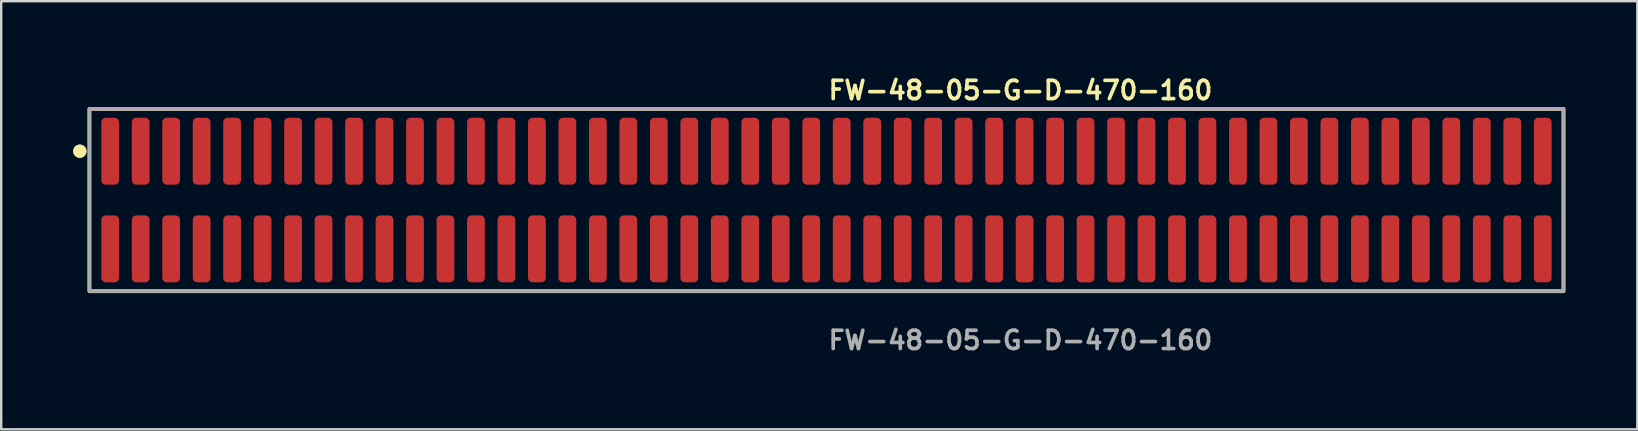
<source format=kicad_pcb>
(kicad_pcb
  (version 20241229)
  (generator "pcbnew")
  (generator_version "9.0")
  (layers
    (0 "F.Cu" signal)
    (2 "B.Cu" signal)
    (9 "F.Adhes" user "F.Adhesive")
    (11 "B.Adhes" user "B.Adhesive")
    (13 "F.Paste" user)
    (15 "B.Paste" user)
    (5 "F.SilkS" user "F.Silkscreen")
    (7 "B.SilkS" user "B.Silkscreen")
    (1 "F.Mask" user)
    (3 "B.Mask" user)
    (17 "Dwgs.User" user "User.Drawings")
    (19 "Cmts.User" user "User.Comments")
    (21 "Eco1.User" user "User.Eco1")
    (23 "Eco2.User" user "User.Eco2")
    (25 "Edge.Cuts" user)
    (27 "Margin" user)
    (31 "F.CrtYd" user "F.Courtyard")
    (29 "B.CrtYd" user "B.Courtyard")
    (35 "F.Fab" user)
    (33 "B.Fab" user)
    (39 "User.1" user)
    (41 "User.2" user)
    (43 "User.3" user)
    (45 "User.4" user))
  (footprint "FW-48-05-G-D-470-160"
    (layer "F.Cu")
    (at 31.386 5.285)
    (property "Reference" "FW-48-05-G-D-470-160" (at 0 -4.572 0) (unlocked yes) (layer "F.SilkS") (effects (font (size 0.762 0.762) (thickness 0.152)) (justify left)))
    (fp_rect (start -30.71 3.8) (end 30.71 -3.8) (stroke (width 0.152) (type solid)) (fill no) (layer "F.SilkS"))
    (fp_circle (center -31.11 -2.035) (end -31.31 -2.035) (stroke (width 0.152) (type solid)) (fill yes) (layer "F.SilkS"))
    (fp_circle (center -31.11 -2.035) (end -31.31 -2.035) (stroke (width 0.152) (type solid)) (fill yes) (layer "F.SilkS"))
    (fp_rect (start -30.71 3.8) (end 30.71 -3.8) (stroke (width 0.006) (type solid)) (fill no) (layer "F.CrtYd"))
    (fp_rect (start -30.71 3.8) (end 30.71 -3.8) (stroke (width 0.152) (type solid)) (fill no) (layer "F.Fab"))
    (fp_text user "${REFERENCE}" (at 0 5.842 0) (unlocked yes) (layer "F.Fab") (effects (font (size 0.762 0.762) (thickness 0.152)) (justify left)))
    (pad "1" smd roundrect (at -29.845 -2.035) (size 0.74 2.79) (layers "F.Cu" "F.Paste") (roundrect_rratio 0.25))
    (pad "2" smd roundrect (at -29.845 2.035) (size 0.74 2.79) (layers "F.Cu" "F.Paste") (roundrect_rratio 0.25))
    (pad "3" smd roundrect (at -28.575 -2.035) (size 0.74 2.79) (layers "F.Cu" "F.Paste") (roundrect_rratio 0.25))
    (pad "4" smd roundrect (at -28.575 2.035) (size 0.74 2.79) (layers "F.Cu" "F.Paste") (roundrect_rratio 0.25))
    (pad "5" smd roundrect (at -27.305 -2.035) (size 0.74 2.79) (layers "F.Cu" "F.Paste") (roundrect_rratio 0.25))
    (pad "6" smd roundrect (at -27.305 2.035) (size 0.74 2.79) (layers "F.Cu" "F.Paste") (roundrect_rratio 0.25))
    (pad "7" smd roundrect (at -26.035 -2.035) (size 0.74 2.79) (layers "F.Cu" "F.Paste") (roundrect_rratio 0.25))
    (pad "8" smd roundrect (at -26.035 2.035) (size 0.74 2.79) (layers "F.Cu" "F.Paste") (roundrect_rratio 0.25))
    (pad "9" smd roundrect (at -24.765 -2.035) (size 0.74 2.79) (layers "F.Cu" "F.Paste") (roundrect_rratio 0.25))
    (pad "10" smd roundrect (at -24.765 2.035) (size 0.74 2.79) (layers "F.Cu" "F.Paste") (roundrect_rratio 0.25))
    (pad "11" smd roundrect (at -23.495 -2.035) (size 0.74 2.79) (layers "F.Cu" "F.Paste") (roundrect_rratio 0.25))
    (pad "12" smd roundrect (at -23.495 2.035) (size 0.74 2.79) (layers "F.Cu" "F.Paste") (roundrect_rratio 0.25))
    (pad "13" smd roundrect (at -22.225 -2.035) (size 0.74 2.79) (layers "F.Cu" "F.Paste") (roundrect_rratio 0.25))
    (pad "14" smd roundrect (at -22.225 2.035) (size 0.74 2.79) (layers "F.Cu" "F.Paste") (roundrect_rratio 0.25))
    (pad "15" smd roundrect (at -20.955 -2.035) (size 0.74 2.79) (layers "F.Cu" "F.Paste") (roundrect_rratio 0.25))
    (pad "16" smd roundrect (at -20.955 2.035) (size 0.74 2.79) (layers "F.Cu" "F.Paste") (roundrect_rratio 0.25))
    (pad "17" smd roundrect (at -19.685 -2.035) (size 0.74 2.79) (layers "F.Cu" "F.Paste") (roundrect_rratio 0.25))
    (pad "18" smd roundrect (at -19.685 2.035) (size 0.74 2.79) (layers "F.Cu" "F.Paste") (roundrect_rratio 0.25))
    (pad "19" smd roundrect (at -18.415 -2.035) (size 0.74 2.79) (layers "F.Cu" "F.Paste") (roundrect_rratio 0.25))
    (pad "20" smd roundrect (at -18.415 2.035) (size 0.74 2.79) (layers "F.Cu" "F.Paste") (roundrect_rratio 0.25))
    (pad "21" smd roundrect (at -17.145 -2.035) (size 0.74 2.79) (layers "F.Cu" "F.Paste") (roundrect_rratio 0.25))
    (pad "22" smd roundrect (at -17.145 2.035) (size 0.74 2.79) (layers "F.Cu" "F.Paste") (roundrect_rratio 0.25))
    (pad "23" smd roundrect (at -15.875 -2.035) (size 0.74 2.79) (layers "F.Cu" "F.Paste") (roundrect_rratio 0.25))
    (pad "24" smd roundrect (at -15.875 2.035) (size 0.74 2.79) (layers "F.Cu" "F.Paste") (roundrect_rratio 0.25))
    (pad "25" smd roundrect (at -14.605 -2.035) (size 0.74 2.79) (layers "F.Cu" "F.Paste") (roundrect_rratio 0.25))
    (pad "26" smd roundrect (at -14.605 2.035) (size 0.74 2.79) (layers "F.Cu" "F.Paste") (roundrect_rratio 0.25))
    (pad "27" smd roundrect (at -13.335 -2.035) (size 0.74 2.79) (layers "F.Cu" "F.Paste") (roundrect_rratio 0.25))
    (pad "28" smd roundrect (at -13.335 2.035) (size 0.74 2.79) (layers "F.Cu" "F.Paste") (roundrect_rratio 0.25))
    (pad "29" smd roundrect (at -12.065 -2.035) (size 0.74 2.79) (layers "F.Cu" "F.Paste") (roundrect_rratio 0.25))
    (pad "30" smd roundrect (at -12.065 2.035) (size 0.74 2.79) (layers "F.Cu" "F.Paste") (roundrect_rratio 0.25))
    (pad "31" smd roundrect (at -10.795 -2.035) (size 0.74 2.79) (layers "F.Cu" "F.Paste") (roundrect_rratio 0.25))
    (pad "32" smd roundrect (at -10.795 2.035) (size 0.74 2.79) (layers "F.Cu" "F.Paste") (roundrect_rratio 0.25))
    (pad "33" smd roundrect (at -9.525 -2.035) (size 0.74 2.79) (layers "F.Cu" "F.Paste") (roundrect_rratio 0.25))
    (pad "34" smd roundrect (at -9.525 2.035) (size 0.74 2.79) (layers "F.Cu" "F.Paste") (roundrect_rratio 0.25))
    (pad "35" smd roundrect (at -8.255 -2.035) (size 0.74 2.79) (layers "F.Cu" "F.Paste") (roundrect_rratio 0.25))
    (pad "36" smd roundrect (at -8.255 2.035) (size 0.74 2.79) (layers "F.Cu" "F.Paste") (roundrect_rratio 0.25))
    (pad "37" smd roundrect (at -6.985 -2.035) (size 0.74 2.79) (layers "F.Cu" "F.Paste") (roundrect_rratio 0.25))
    (pad "38" smd roundrect (at -6.985 2.035) (size 0.74 2.79) (layers "F.Cu" "F.Paste") (roundrect_rratio 0.25))
    (pad "39" smd roundrect (at -5.715 -2.035) (size 0.74 2.79) (layers "F.Cu" "F.Paste") (roundrect_rratio 0.25))
    (pad "40" smd roundrect (at -5.715 2.035) (size 0.74 2.79) (layers "F.Cu" "F.Paste") (roundrect_rratio 0.25))
    (pad "41" smd roundrect (at -4.445 -2.035) (size 0.74 2.79) (layers "F.Cu" "F.Paste") (roundrect_rratio 0.25))
    (pad "42" smd roundrect (at -4.445 2.035) (size 0.74 2.79) (layers "F.Cu" "F.Paste") (roundrect_rratio 0.25))
    (pad "43" smd roundrect (at -3.175 -2.035) (size 0.74 2.79) (layers "F.Cu" "F.Paste") (roundrect_rratio 0.25))
    (pad "44" smd roundrect (at -3.175 2.035) (size 0.74 2.79) (layers "F.Cu" "F.Paste") (roundrect_rratio 0.25))
    (pad "45" smd roundrect (at -1.905 -2.035) (size 0.74 2.79) (layers "F.Cu" "F.Paste") (roundrect_rratio 0.25))
    (pad "46" smd roundrect (at -1.905 2.035) (size 0.74 2.79) (layers "F.Cu" "F.Paste") (roundrect_rratio 0.25))
    (pad "47" smd roundrect (at -0.635 -2.035) (size 0.74 2.79) (layers "F.Cu" "F.Paste") (roundrect_rratio 0.25))
    (pad "48" smd roundrect (at -0.635 2.035) (size 0.74 2.79) (layers "F.Cu" "F.Paste") (roundrect_rratio 0.25))
    (pad "49" smd roundrect (at 0.635 -2.035) (size 0.74 2.79) (layers "F.Cu" "F.Paste") (roundrect_rratio 0.25))
    (pad "50" smd roundrect (at 0.635 2.035) (size 0.74 2.79) (layers "F.Cu" "F.Paste") (roundrect_rratio 0.25))
    (pad "51" smd roundrect (at 1.905 -2.035) (size 0.74 2.79) (layers "F.Cu" "F.Paste") (roundrect_rratio 0.25))
    (pad "52" smd roundrect (at 1.905 2.035) (size 0.74 2.79) (layers "F.Cu" "F.Paste") (roundrect_rratio 0.25))
    (pad "53" smd roundrect (at 3.175 -2.035) (size 0.74 2.79) (layers "F.Cu" "F.Paste") (roundrect_rratio 0.25))
    (pad "54" smd roundrect (at 3.175 2.035) (size 0.74 2.79) (layers "F.Cu" "F.Paste") (roundrect_rratio 0.25))
    (pad "55" smd roundrect (at 4.445 -2.035) (size 0.74 2.79) (layers "F.Cu" "F.Paste") (roundrect_rratio 0.25))
    (pad "56" smd roundrect (at 4.445 2.035) (size 0.74 2.79) (layers "F.Cu" "F.Paste") (roundrect_rratio 0.25))
    (pad "57" smd roundrect (at 5.715 -2.035) (size 0.74 2.79) (layers "F.Cu" "F.Paste") (roundrect_rratio 0.25))
    (pad "58" smd roundrect (at 5.715 2.035) (size 0.74 2.79) (layers "F.Cu" "F.Paste") (roundrect_rratio 0.25))
    (pad "59" smd roundrect (at 6.985 -2.035) (size 0.74 2.79) (layers "F.Cu" "F.Paste") (roundrect_rratio 0.25))
    (pad "60" smd roundrect (at 6.985 2.035) (size 0.74 2.79) (layers "F.Cu" "F.Paste") (roundrect_rratio 0.25))
    (pad "61" smd roundrect (at 8.255 -2.035) (size 0.74 2.79) (layers "F.Cu" "F.Paste") (roundrect_rratio 0.25))
    (pad "62" smd roundrect (at 8.255 2.035) (size 0.74 2.79) (layers "F.Cu" "F.Paste") (roundrect_rratio 0.25))
    (pad "63" smd roundrect (at 9.525 -2.035) (size 0.74 2.79) (layers "F.Cu" "F.Paste") (roundrect_rratio 0.25))
    (pad "64" smd roundrect (at 9.525 2.035) (size 0.74 2.79) (layers "F.Cu" "F.Paste") (roundrect_rratio 0.25))
    (pad "65" smd roundrect (at 10.795 -2.035) (size 0.74 2.79) (layers "F.Cu" "F.Paste") (roundrect_rratio 0.25))
    (pad "66" smd roundrect (at 10.795 2.035) (size 0.74 2.79) (layers "F.Cu" "F.Paste") (roundrect_rratio 0.25))
    (pad "67" smd roundrect (at 12.065 -2.035) (size 0.74 2.79) (layers "F.Cu" "F.Paste") (roundrect_rratio 0.25))
    (pad "68" smd roundrect (at 12.065 2.035) (size 0.74 2.79) (layers "F.Cu" "F.Paste") (roundrect_rratio 0.25))
    (pad "69" smd roundrect (at 13.335 -2.035) (size 0.74 2.79) (layers "F.Cu" "F.Paste") (roundrect_rratio 0.25))
    (pad "70" smd roundrect (at 13.335 2.035) (size 0.74 2.79) (layers "F.Cu" "F.Paste") (roundrect_rratio 0.25))
    (pad "71" smd roundrect (at 14.605 -2.035) (size 0.74 2.79) (layers "F.Cu" "F.Paste") (roundrect_rratio 0.25))
    (pad "72" smd roundrect (at 14.605 2.035) (size 0.74 2.79) (layers "F.Cu" "F.Paste") (roundrect_rratio 0.25))
    (pad "73" smd roundrect (at 15.875 -2.035) (size 0.74 2.79) (layers "F.Cu" "F.Paste") (roundrect_rratio 0.25))
    (pad "74" smd roundrect (at 15.875 2.035) (size 0.74 2.79) (layers "F.Cu" "F.Paste") (roundrect_rratio 0.25))
    (pad "75" smd roundrect (at 17.145 -2.035) (size 0.74 2.79) (layers "F.Cu" "F.Paste") (roundrect_rratio 0.25))
    (pad "76" smd roundrect (at 17.145 2.035) (size 0.74 2.79) (layers "F.Cu" "F.Paste") (roundrect_rratio 0.25))
    (pad "77" smd roundrect (at 18.415 -2.035) (size 0.74 2.79) (layers "F.Cu" "F.Paste") (roundrect_rratio 0.25))
    (pad "78" smd roundrect (at 18.415 2.035) (size 0.74 2.79) (layers "F.Cu" "F.Paste") (roundrect_rratio 0.25))
    (pad "79" smd roundrect (at 19.685 -2.035) (size 0.74 2.79) (layers "F.Cu" "F.Paste") (roundrect_rratio 0.25))
    (pad "80" smd roundrect (at 19.685 2.035) (size 0.74 2.79) (layers "F.Cu" "F.Paste") (roundrect_rratio 0.25))
    (pad "81" smd roundrect (at 20.955 -2.035) (size 0.74 2.79) (layers "F.Cu" "F.Paste") (roundrect_rratio 0.25))
    (pad "82" smd roundrect (at 20.955 2.035) (size 0.74 2.79) (layers "F.Cu" "F.Paste") (roundrect_rratio 0.25))
    (pad "83" smd roundrect (at 22.225 -2.035) (size 0.74 2.79) (layers "F.Cu" "F.Paste") (roundrect_rratio 0.25))
    (pad "84" smd roundrect (at 22.225 2.035) (size 0.74 2.79) (layers "F.Cu" "F.Paste") (roundrect_rratio 0.25))
    (pad "85" smd roundrect (at 23.495 -2.035) (size 0.74 2.79) (layers "F.Cu" "F.Paste") (roundrect_rratio 0.25))
    (pad "86" smd roundrect (at 23.495 2.035) (size 0.74 2.79) (layers "F.Cu" "F.Paste") (roundrect_rratio 0.25))
    (pad "87" smd roundrect (at 24.765 -2.035) (size 0.74 2.79) (layers "F.Cu" "F.Paste") (roundrect_rratio 0.25))
    (pad "88" smd roundrect (at 24.765 2.035) (size 0.74 2.79) (layers "F.Cu" "F.Paste") (roundrect_rratio 0.25))
    (pad "89" smd roundrect (at 26.035 -2.035) (size 0.74 2.79) (layers "F.Cu" "F.Paste") (roundrect_rratio 0.25))
    (pad "90" smd roundrect (at 26.035 2.035) (size 0.74 2.79) (layers "F.Cu" "F.Paste") (roundrect_rratio 0.25))
    (pad "91" smd roundrect (at 27.305 -2.035) (size 0.74 2.79) (layers "F.Cu" "F.Paste") (roundrect_rratio 0.25))
    (pad "92" smd roundrect (at 27.305 2.035) (size 0.74 2.79) (layers "F.Cu" "F.Paste") (roundrect_rratio 0.25))
    (pad "93" smd roundrect (at 28.575 -2.035) (size 0.74 2.79) (layers "F.Cu" "F.Paste") (roundrect_rratio 0.25))
    (pad "94" smd roundrect (at 28.575 2.035) (size 0.74 2.79) (layers "F.Cu" "F.Paste") (roundrect_rratio 0.25))
    (pad "95" smd roundrect (at 29.845 -2.035) (size 0.74 2.79) (layers "F.Cu" "F.Paste") (roundrect_rratio 0.25))
    (pad "96" smd roundrect (at 29.845 2.035) (size 0.74 2.79) (layers "F.Cu" "F.Paste") (roundrect_rratio 0.25)))
  (gr_rect
    (start -3 -3)
    (end 65.172 14.84)
    (stroke (width 0.1) (type default))
    (fill no)
    (layer "Edge.Cuts")))
</source>
